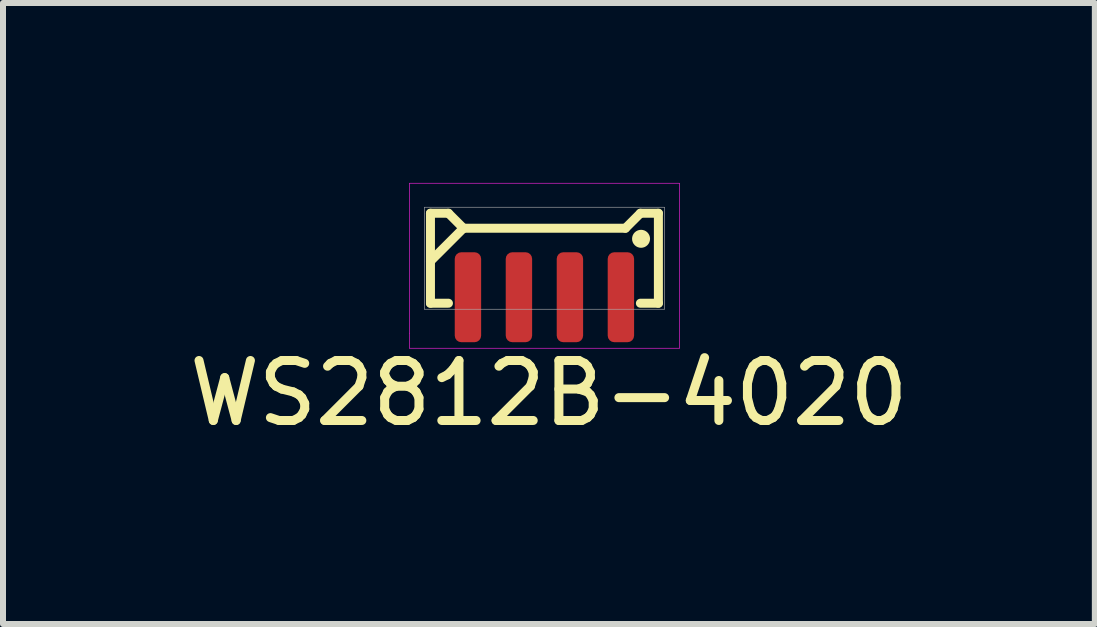
<source format=kicad_pcb>
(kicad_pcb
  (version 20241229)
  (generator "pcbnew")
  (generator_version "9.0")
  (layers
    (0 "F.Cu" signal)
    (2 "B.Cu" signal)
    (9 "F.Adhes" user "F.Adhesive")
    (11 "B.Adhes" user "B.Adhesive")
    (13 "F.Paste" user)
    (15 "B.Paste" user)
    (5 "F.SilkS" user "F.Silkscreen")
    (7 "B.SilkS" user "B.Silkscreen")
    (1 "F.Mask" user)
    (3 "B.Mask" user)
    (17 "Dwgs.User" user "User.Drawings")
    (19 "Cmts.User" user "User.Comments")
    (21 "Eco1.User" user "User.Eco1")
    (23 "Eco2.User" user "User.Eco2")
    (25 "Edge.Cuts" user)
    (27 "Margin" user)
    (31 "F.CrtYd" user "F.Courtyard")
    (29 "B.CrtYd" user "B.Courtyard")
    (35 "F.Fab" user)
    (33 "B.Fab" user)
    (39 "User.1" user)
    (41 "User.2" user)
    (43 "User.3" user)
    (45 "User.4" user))
  (footprint "WS2812B-4020"
    (layer "F.Cu")
    (at 6.026 1.255)
    (property "Reference" "WS2812B-4020" (at 0.075 2.25 0) (unlocked yes) (layer "F.SilkS") (effects (font (size 1 1) (thickness 0.15))))
    (attr smd)
    (fp_line (start -1.9 -0.75) (end -1.6 -0.75) (stroke (width 0.15) (type solid)) (layer "F.SilkS"))
    (fp_line (start -1.9 0.75) (end -1.9 -0.75) (stroke (width 0.15) (type solid)) (layer "F.SilkS"))
    (fp_line (start -1.9 0.75) (end -1.6 0.75) (stroke (width 0.15) (type solid)) (layer "F.SilkS"))
    (fp_line (start -1.6 -0.75) (end -1.35 -0.5) (stroke (width 0.15) (type solid)) (layer "F.SilkS"))
    (fp_line (start -1.35 -0.5) (end -1.9 0.05) (stroke (width 0.15) (type solid)) (layer "F.SilkS"))
    (fp_line (start -1.35 -0.5) (end 1.35 -0.5) (stroke (width 0.15) (type solid)) (layer "F.SilkS"))
    (fp_line (start 1.6 -0.75) (end 1.35 -0.5) (stroke (width 0.15) (type solid)) (layer "F.SilkS"))
    (fp_line (start 1.9 -0.75) (end 1.6 -0.75) (stroke (width 0.15) (type solid)) (layer "F.SilkS"))
    (fp_line (start 1.9 -0.75) (end 1.9 0.75) (stroke (width 0.15) (type solid)) (layer "F.SilkS"))
    (fp_line (start 1.9 0.75) (end 1.6 0.75) (stroke (width 0.15) (type solid)) (layer "F.SilkS"))
    (fp_circle (center 1.611 -0.324) (end 1.686 -0.324) (stroke (width 0.15) (type solid)) (fill no) (layer "F.SilkS"))
    (fp_line (start -2.25 -1.25) (end -2.25 1.25) (stroke (width 0.01) (type solid)) (layer "F.CrtYd"))
    (fp_line (start -2.25 1.25) (end -2.25 1.5) (stroke (width 0.01) (type solid)) (layer "F.CrtYd"))
    (fp_line (start -2.25 1.5) (end 2.25 1.5) (stroke (width 0.01) (type solid)) (layer "F.CrtYd"))
    (fp_line (start 2.25 -1.25) (end -2.25 -1.25) (stroke (width 0.01) (type solid)) (layer "F.CrtYd"))
    (fp_line (start 2.25 1.5) (end 2.25 -1.25) (stroke (width 0.01) (type solid)) (layer "F.CrtYd"))
    (fp_line (start -2 -0.85) (end -2 0.85) (stroke (width 0.01) (type solid)) (layer "F.Fab"))
    (fp_line (start -2 0.85) (end 2 0.85) (stroke (width 0.01) (type solid)) (layer "F.Fab"))
    (fp_line (start 2 -0.85) (end -2 -0.85) (stroke (width 0.01) (type solid)) (layer "F.Fab"))
    (fp_line (start 2 0.85) (end 2 -0.85) (stroke (width 0.01) (type solid)) (layer "F.Fab"))
    (pad "G" smd roundrect (at -1.275 0.65) (size 0.44 1.5) (layers "F.Cu" "F.Mask" "F.Paste") (roundrect_rratio 0.25))
    (pad "I" smd roundrect (at 1.275 0.65) (size 0.44 1.5) (layers "F.Cu" "F.Mask" "F.Paste") (roundrect_rratio 0.25))
    (pad "O" smd roundrect (at -0.425 0.65) (size 0.44 1.5) (layers "F.Cu" "F.Mask" "F.Paste") (roundrect_rratio 0.25))
    (pad "V" smd roundrect (at 0.425 0.65) (size 0.44 1.5) (layers "F.Cu" "F.Mask" "F.Paste") (roundrect_rratio 0.25)))
  (gr_rect
    (start -3 -3)
    (end 15.202 7.353)
    (stroke (width 0.1) (type default))
    (fill no)
    (layer "Edge.Cuts")))
</source>
